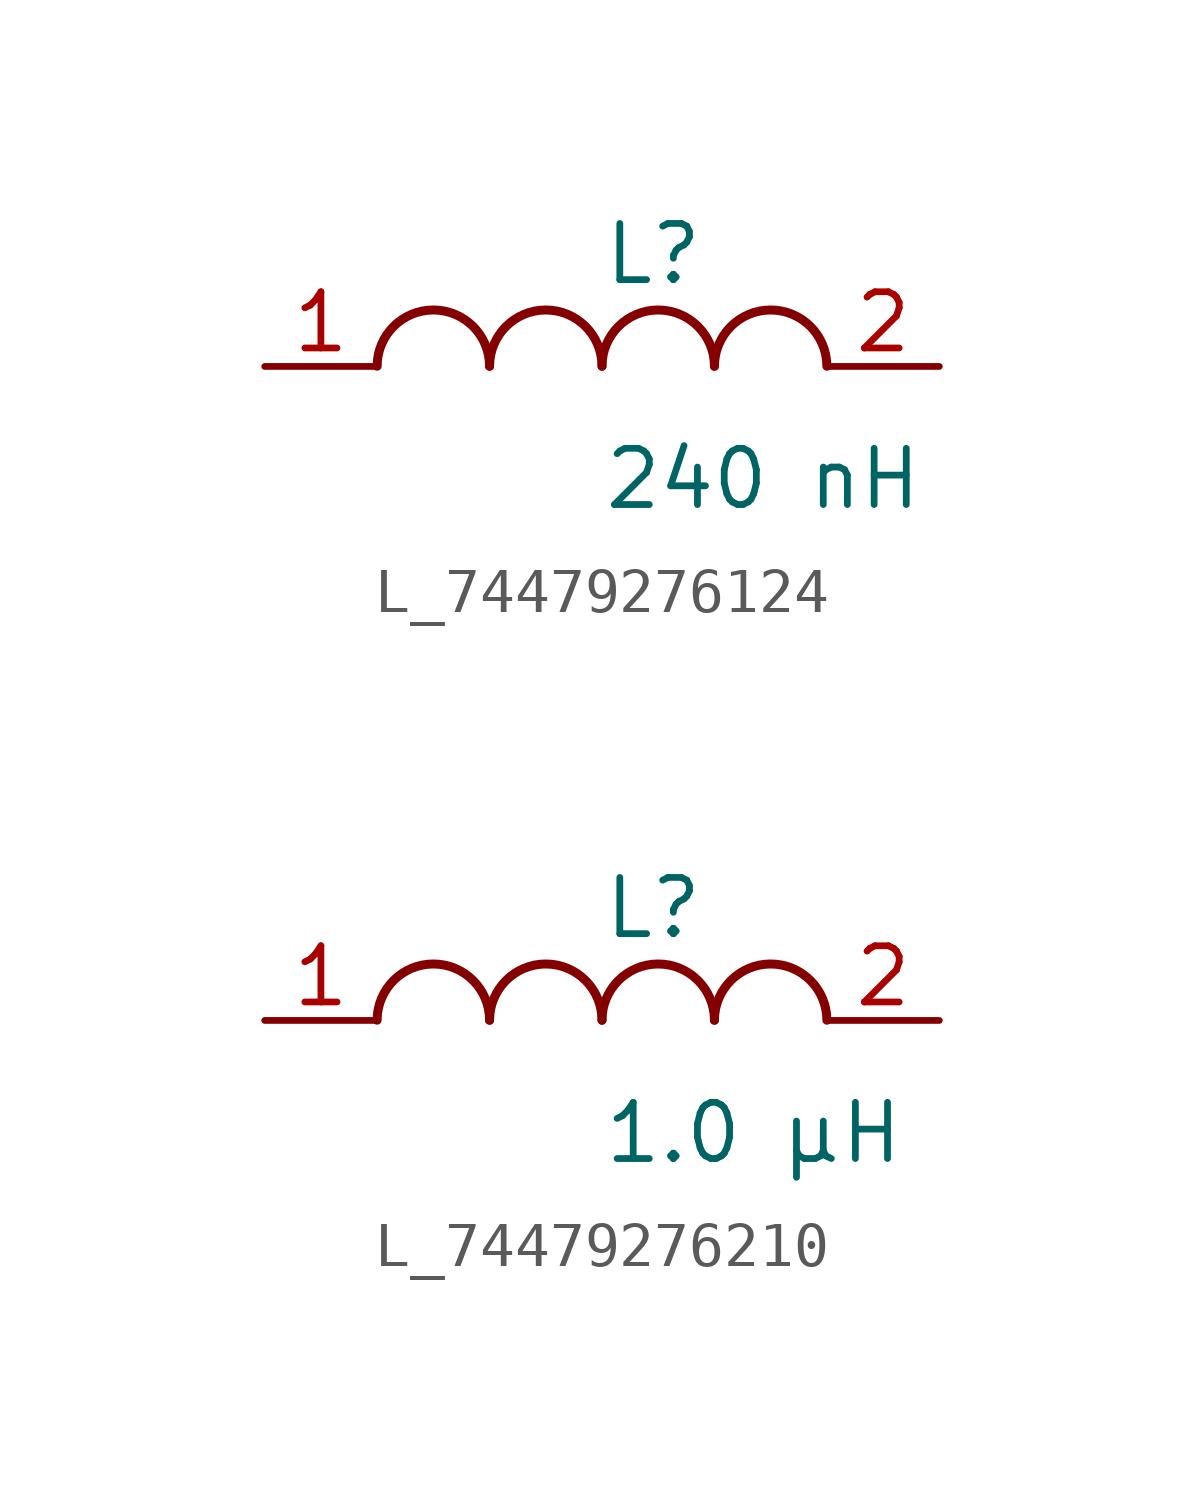
<source format=kicad_sym>
(kicad_symbol_lib
  (version 20231120)
  (generator kicad_symbol_editor)
  (generator_version 8.0)
  (symbol "L_74479276124"
    (pin_names
      (offset 0.254))
    (property "Reference" "L"
      (at 0 2.54 0)
      (effects (font (size 1.27 1.27)) (justify left)))
    (property "Value" "240 nH"
      (at 0 -2.54 0)
      (effects (font (size 1.27 1.27)) (justify left)))
    (symbol "L_74479276124_1_1"
      (arc (start -2.54 0.0056) (mid -3.81 1.27) (end -5.08 0.0056) (stroke (width 0.2032) (type default)) (fill (type none)))
      (arc (start 0 0.0056) (mid -1.27 1.27) (end -2.54 0.0056) (stroke (width 0.2032) (type default)) (fill (type none)))
      (arc (start 2.54 0.0056) (mid 1.27 1.27) (end 0 0.0056) (stroke (width 0.2032) (type default)) (fill (type none)))
      (arc (start 5.08 0.0056) (mid 3.81 1.27) (end 2.54 0.0056) (stroke (width 0.2032) (type default)) (fill (type none)))
      (pin unspecified line (at -7.62 0 0) (length 2.54) (name "" (effects (font (size 1.27 1.27)))) (number "1" (effects (font (size 1.27 1.27)))))
      (pin unspecified line (at 7.62 0 180) (length 2.54) (name "" (effects (font (size 1.27 1.27)))) (number "2" (effects (font (size 1.27 1.27)))))))
  (symbol "L_74479276210"
    (pin_names
      (offset 0.254))
    (property "Reference" "L"
      (at 0 2.54 0)
      (effects (font (size 1.27 1.27)) (justify left)))
    (property "Value" "1.0 µH"
      (at 0 -2.54 0)
      (effects (font (size 1.27 1.27)) (justify left)))
    (symbol "L_74479276210_1_1"
      (arc (start -2.54 0.0056) (mid -3.81 1.27) (end -5.08 0.0056) (stroke (width 0.2032) (type default)) (fill (type none)))
      (arc (start 0 0.0056) (mid -1.27 1.27) (end -2.54 0.0056) (stroke (width 0.2032) (type default)) (fill (type none)))
      (arc (start 2.54 0.0056) (mid 1.27 1.27) (end 0 0.0056) (stroke (width 0.2032) (type default)) (fill (type none)))
      (arc (start 5.08 0.0056) (mid 3.81 1.27) (end 2.54 0.0056) (stroke (width 0.2032) (type default)) (fill (type none)))
      (pin unspecified line (at -7.62 0 0) (length 2.54) (name "" (effects (font (size 1.27 1.27)))) (number "1" (effects (font (size 1.27 1.27)))))
      (pin unspecified line (at 7.62 0 180) (length 2.54) (name "" (effects (font (size 1.27 1.27)))) (number "2" (effects (font (size 1.27 1.27))))))))
</source>
